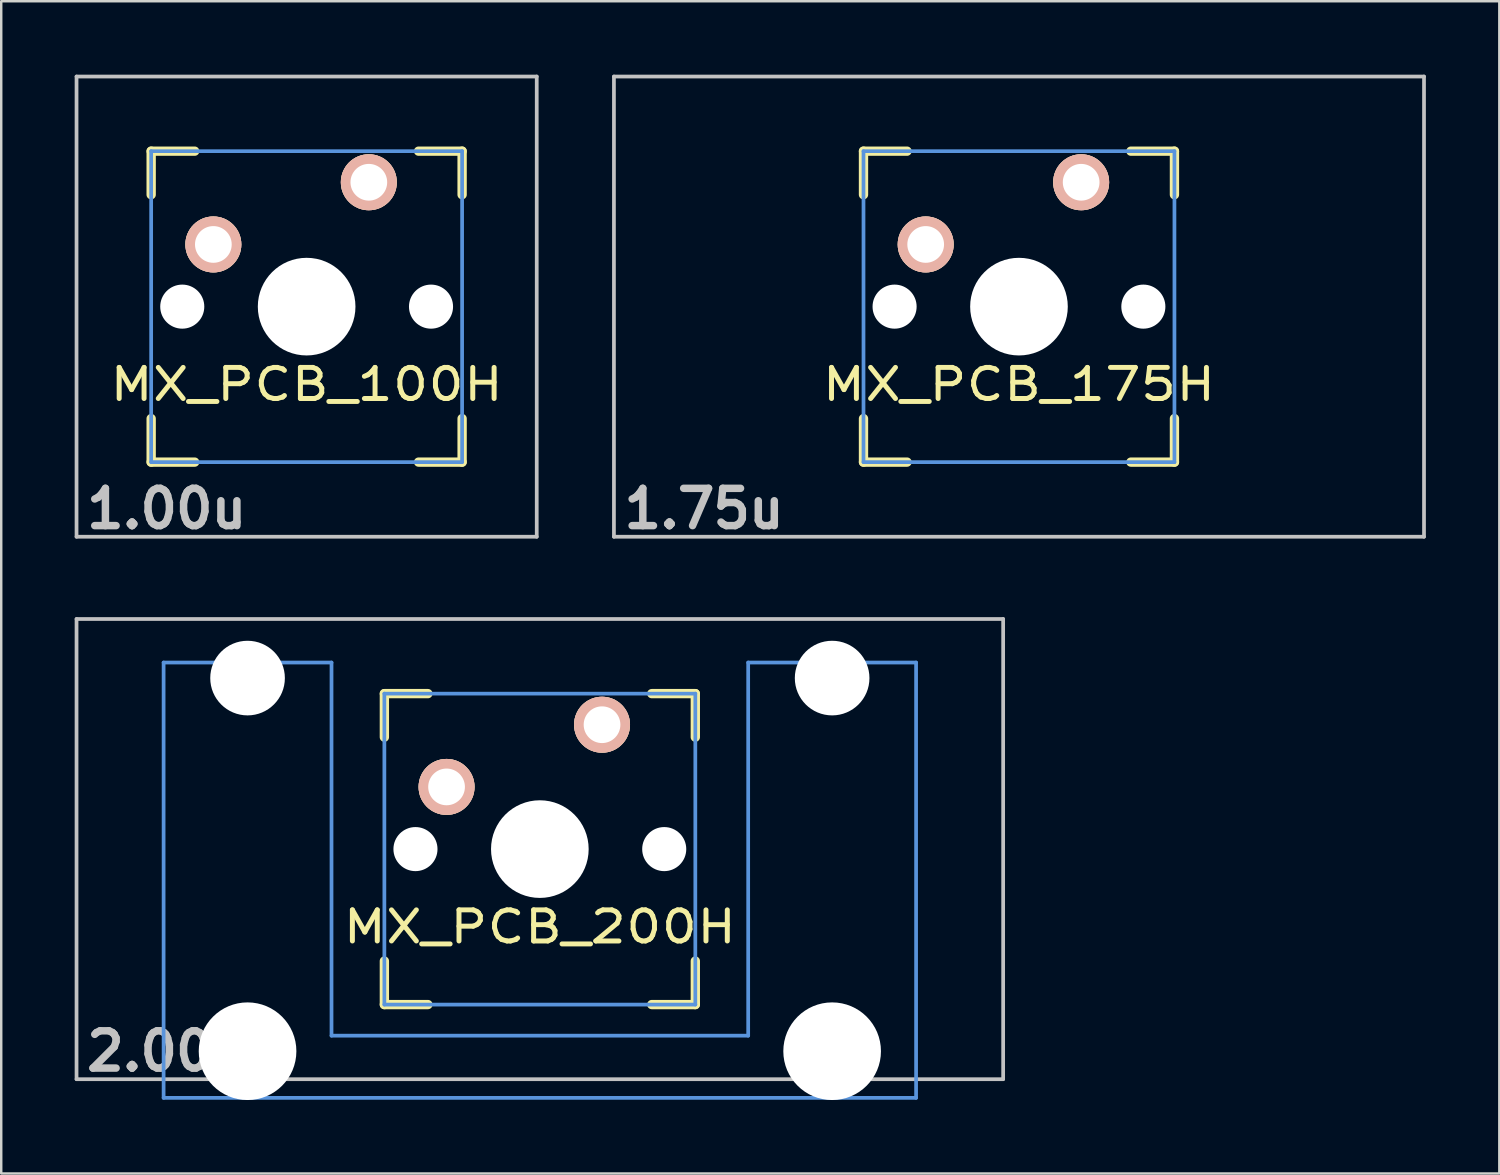
<source format=kicad_pcb>
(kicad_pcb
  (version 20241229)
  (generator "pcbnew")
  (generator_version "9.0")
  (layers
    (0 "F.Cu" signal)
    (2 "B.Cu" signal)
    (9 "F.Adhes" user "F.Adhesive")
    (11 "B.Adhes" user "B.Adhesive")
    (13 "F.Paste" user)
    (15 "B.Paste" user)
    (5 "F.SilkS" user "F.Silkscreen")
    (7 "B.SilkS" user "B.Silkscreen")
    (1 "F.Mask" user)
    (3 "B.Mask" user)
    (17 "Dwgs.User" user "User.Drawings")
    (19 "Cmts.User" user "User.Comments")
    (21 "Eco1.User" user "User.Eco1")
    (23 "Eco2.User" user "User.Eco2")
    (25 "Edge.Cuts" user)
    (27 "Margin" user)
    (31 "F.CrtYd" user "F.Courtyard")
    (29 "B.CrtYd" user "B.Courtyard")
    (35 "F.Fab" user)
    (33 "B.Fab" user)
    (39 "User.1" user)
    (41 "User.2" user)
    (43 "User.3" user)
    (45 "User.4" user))
  (footprint "MX_PCB_175H"
    (layer "F.Cu")
    (at 38.568 9.474)
    (property "Reference" "MX_PCB_175H" (at 0 3.175 0) (layer "F.SilkS") (effects (font (size 1.27 1.524) (thickness 0.203))))
    (attr through_hole)
    (fp_line (start -6.35 -6.35) (end -4.572 -6.35) (stroke (width 0.381) (type solid)) (layer "F.SilkS"))
    (fp_line (start -6.35 -4.572) (end -6.35 -6.35) (stroke (width 0.381) (type solid)) (layer "F.SilkS"))
    (fp_line (start -6.35 6.35) (end -6.35 4.572) (stroke (width 0.381) (type solid)) (layer "F.SilkS"))
    (fp_line (start -4.572 6.35) (end -6.35 6.35) (stroke (width 0.381) (type solid)) (layer "F.SilkS"))
    (fp_line (start 4.572 -6.35) (end 6.35 -6.35) (stroke (width 0.381) (type solid)) (layer "F.SilkS"))
    (fp_line (start 6.35 -6.35) (end 6.35 -4.572) (stroke (width 0.381) (type solid)) (layer "F.SilkS"))
    (fp_line (start 6.35 4.572) (end 6.35 6.35) (stroke (width 0.381) (type solid)) (layer "F.SilkS"))
    (fp_line (start 6.35 6.35) (end 4.572 6.35) (stroke (width 0.381) (type solid)) (layer "F.SilkS"))
    (fp_line (start -16.543 -9.398) (end 16.543 -9.398) (stroke (width 0.152) (type solid)) (layer "Dwgs.User"))
    (fp_line (start -16.543 9.398) (end -16.543 -9.398) (stroke (width 0.152) (type solid)) (layer "Dwgs.User"))
    (fp_line (start 16.543 -9.398) (end 16.543 9.398) (stroke (width 0.152) (type solid)) (layer "Dwgs.User"))
    (fp_line (start 16.543 9.398) (end -16.543 9.398) (stroke (width 0.152) (type solid)) (layer "Dwgs.User"))
    (fp_line (start -6.35 -6.35) (end 6.35 -6.35) (stroke (width 0.152) (type solid)) (layer "Cmts.User"))
    (fp_line (start -6.35 6.35) (end -6.35 -6.35) (stroke (width 0.152) (type solid)) (layer "Cmts.User"))
    (fp_line (start 6.35 -6.35) (end 6.35 6.35) (stroke (width 0.152) (type solid)) (layer "Cmts.User"))
    (fp_line (start 6.35 6.35) (end -6.35 6.35) (stroke (width 0.152) (type solid)) (layer "Cmts.User"))
    (fp_line (start -6.985 -6.985) (end 6.985 -6.985) (stroke (width 0.152) (type solid)) (layer "Eco2.User"))
    (fp_line (start -6.985 6.985) (end -6.985 -6.985) (stroke (width 0.152) (type solid)) (layer "Eco2.User"))
    (fp_line (start 6.985 -6.985) (end 6.985 6.985) (stroke (width 0.152) (type solid)) (layer "Eco2.User"))
    (fp_line (start 6.985 6.985) (end -6.985 6.985) (stroke (width 0.152) (type solid)) (layer "Eco2.User"))
    (fp_text user "1.75u" (at -12.86 8.255 0) (layer "Dwgs.User") (effects (font (size 1.524 1.524) (thickness 0.305))))
    (pad "" np_thru_hole circle (at -5.08 0) (size 1.8 1.8) (drill 1.8) (layers "*.Cu"))
    (pad "" np_thru_hole circle (at 0 0) (size 3.988 3.988) (drill 3.988) (layers "*.Cu"))
    (pad "" np_thru_hole circle (at 5.08 0) (size 1.8 1.8) (drill 1.8) (layers "*.Cu"))
    (pad "1" thru_hole circle (at 2.54 -5.08) (size 2.286 2.286) (drill 1.499) (layers "*.Cu" "*.SilkS" "*.Mask"))
    (pad "2" thru_hole circle (at -3.81 -2.54) (size 2.286 2.286) (drill 1.499) (layers "*.Cu" "*.SilkS" "*.Mask")))
  (footprint "MX_PCB_200H"
    (layer "F.Cu")
    (at 18.999 31.63)
    (property "Reference" "MX_PCB_200H" (at 0 3.175 0) (layer "F.SilkS") (effects (font (size 1.27 1.524) (thickness 0.203))))
    (attr through_hole)
    (fp_line (start -6.35 -6.35) (end -4.572 -6.35) (stroke (width 0.381) (type solid)) (layer "F.SilkS"))
    (fp_line (start -6.35 -4.572) (end -6.35 -6.35) (stroke (width 0.381) (type solid)) (layer "F.SilkS"))
    (fp_line (start -6.35 6.35) (end -6.35 4.572) (stroke (width 0.381) (type solid)) (layer "F.SilkS"))
    (fp_line (start -4.572 6.35) (end -6.35 6.35) (stroke (width 0.381) (type solid)) (layer "F.SilkS"))
    (fp_line (start 4.572 -6.35) (end 6.35 -6.35) (stroke (width 0.381) (type solid)) (layer "F.SilkS"))
    (fp_line (start 6.35 -6.35) (end 6.35 -4.572) (stroke (width 0.381) (type solid)) (layer "F.SilkS"))
    (fp_line (start 6.35 4.572) (end 6.35 6.35) (stroke (width 0.381) (type solid)) (layer "F.SilkS"))
    (fp_line (start 6.35 6.35) (end 4.572 6.35) (stroke (width 0.381) (type solid)) (layer "F.SilkS"))
    (fp_line (start -18.923 -9.398) (end 18.923 -9.398) (stroke (width 0.152) (type solid)) (layer "Dwgs.User"))
    (fp_line (start -18.923 9.398) (end -18.923 -9.398) (stroke (width 0.152) (type solid)) (layer "Dwgs.User"))
    (fp_line (start 18.923 -9.398) (end 18.923 9.398) (stroke (width 0.152) (type solid)) (layer "Dwgs.User"))
    (fp_line (start 18.923 9.398) (end -18.923 9.398) (stroke (width 0.152) (type solid)) (layer "Dwgs.User"))
    (fp_line (start -15.367 -7.62) (end -15.367 10.16) (stroke (width 0.152) (type solid)) (layer "Cmts.User"))
    (fp_line (start -15.367 10.16) (end 15.367 10.16) (stroke (width 0.152) (type solid)) (layer "Cmts.User"))
    (fp_line (start -8.509 -7.62) (end -15.367 -7.62) (stroke (width 0.152) (type solid)) (layer "Cmts.User"))
    (fp_line (start -8.509 7.62) (end -8.509 -7.62) (stroke (width 0.152) (type solid)) (layer "Cmts.User"))
    (fp_line (start -6.35 -6.35) (end 6.35 -6.35) (stroke (width 0.152) (type solid)) (layer "Cmts.User"))
    (fp_line (start -6.35 6.35) (end -6.35 -6.35) (stroke (width 0.152) (type solid)) (layer "Cmts.User"))
    (fp_line (start 6.35 -6.35) (end 6.35 6.35) (stroke (width 0.152) (type solid)) (layer "Cmts.User"))
    (fp_line (start 6.35 6.35) (end -6.35 6.35) (stroke (width 0.152) (type solid)) (layer "Cmts.User"))
    (fp_line (start 8.509 -7.62) (end 8.509 7.62) (stroke (width 0.152) (type solid)) (layer "Cmts.User"))
    (fp_line (start 8.509 7.62) (end -8.509 7.62) (stroke (width 0.152) (type solid)) (layer "Cmts.User"))
    (fp_line (start 15.367 -7.62) (end 8.509 -7.62) (stroke (width 0.152) (type solid)) (layer "Cmts.User"))
    (fp_line (start 15.367 10.16) (end 15.367 -7.62) (stroke (width 0.152) (type solid)) (layer "Cmts.User"))
    (fp_line (start -16.129 -2.286) (end -15.265 -2.286) (stroke (width 0.152) (type solid)) (layer "Eco2.User"))
    (fp_line (start -16.129 0.508) (end -16.129 -2.286) (stroke (width 0.152) (type solid)) (layer "Eco2.User"))
    (fp_line (start -15.265 -5.69) (end -8.611 -5.69) (stroke (width 0.152) (type solid)) (layer "Eco2.User"))
    (fp_line (start -15.265 -2.286) (end -15.265 -5.69) (stroke (width 0.152) (type solid)) (layer "Eco2.User"))
    (fp_line (start -15.265 0.508) (end -16.129 0.508) (stroke (width 0.152) (type solid)) (layer "Eco2.User"))
    (fp_line (start -15.265 6.604) (end -15.265 0.508) (stroke (width 0.152) (type solid)) (layer "Eco2.User"))
    (fp_line (start -14.224 6.604) (end -15.265 6.604) (stroke (width 0.152) (type solid)) (layer "Eco2.User"))
    (fp_line (start -14.224 7.772) (end -14.224 6.604) (stroke (width 0.152) (type solid)) (layer "Eco2.User"))
    (fp_line (start -9.652 6.604) (end -9.652 7.772) (stroke (width 0.152) (type solid)) (layer "Eco2.User"))
    (fp_line (start -9.652 7.772) (end -14.224 7.772) (stroke (width 0.152) (type solid)) (layer "Eco2.User"))
    (fp_line (start -8.611 -5.69) (end -8.611 -4.877) (stroke (width 0.152) (type solid)) (layer "Eco2.User"))
    (fp_line (start -8.611 -4.877) (end -6.985 -4.877) (stroke (width 0.152) (type solid)) (layer "Eco2.User"))
    (fp_line (start -8.611 5.817) (end -8.611 6.604) (stroke (width 0.152) (type solid)) (layer "Eco2.User"))
    (fp_line (start -8.611 6.604) (end -9.652 6.604) (stroke (width 0.152) (type solid)) (layer "Eco2.User"))
    (fp_line (start -6.985 -6.985) (end 6.985 -6.985) (stroke (width 0.152) (type solid)) (layer "Eco2.User"))
    (fp_line (start -6.985 -4.877) (end -6.985 -6.985) (stroke (width 0.152) (type solid)) (layer "Eco2.User"))
    (fp_line (start -6.985 5.817) (end -8.611 5.817) (stroke (width 0.152) (type solid)) (layer "Eco2.User"))
    (fp_line (start -6.985 6.985) (end -6.985 5.817) (stroke (width 0.152) (type solid)) (layer "Eco2.User"))
    (fp_line (start 6.985 -6.985) (end 6.985 -4.877) (stroke (width 0.152) (type solid)) (layer "Eco2.User"))
    (fp_line (start 6.985 -4.877) (end 8.611 -4.877) (stroke (width 0.152) (type solid)) (layer "Eco2.User"))
    (fp_line (start 6.985 5.817) (end 6.985 6.985) (stroke (width 0.152) (type solid)) (layer "Eco2.User"))
    (fp_line (start 6.985 6.985) (end -6.985 6.985) (stroke (width 0.152) (type solid)) (layer "Eco2.User"))
    (fp_line (start 8.611 -5.69) (end 15.265 -5.69) (stroke (width 0.152) (type solid)) (layer "Eco2.User"))
    (fp_line (start 8.611 -4.877) (end 8.611 -5.69) (stroke (width 0.152) (type solid)) (layer "Eco2.User"))
    (fp_line (start 8.611 5.817) (end 6.985 5.817) (stroke (width 0.152) (type solid)) (layer "Eco2.User"))
    (fp_line (start 8.611 6.604) (end 8.611 5.817) (stroke (width 0.152) (type solid)) (layer "Eco2.User"))
    (fp_line (start 9.652 6.604) (end 8.611 6.604) (stroke (width 0.152) (type solid)) (layer "Eco2.User"))
    (fp_line (start 9.652 7.772) (end 9.652 6.604) (stroke (width 0.152) (type solid)) (layer "Eco2.User"))
    (fp_line (start 14.224 6.604) (end 14.224 7.772) (stroke (width 0.152) (type solid)) (layer "Eco2.User"))
    (fp_line (start 14.224 7.772) (end 9.652 7.772) (stroke (width 0.152) (type solid)) (layer "Eco2.User"))
    (fp_line (start 15.265 -5.69) (end 15.265 -2.286) (stroke (width 0.152) (type solid)) (layer "Eco2.User"))
    (fp_line (start 15.265 -2.286) (end 16.129 -2.286) (stroke (width 0.152) (type solid)) (layer "Eco2.User"))
    (fp_line (start 15.265 0.508) (end 15.265 6.604) (stroke (width 0.152) (type solid)) (layer "Eco2.User"))
    (fp_line (start 15.265 6.604) (end 14.224 6.604) (stroke (width 0.152) (type solid)) (layer "Eco2.User"))
    (fp_line (start 16.129 -2.286) (end 16.129 0.508) (stroke (width 0.152) (type solid)) (layer "Eco2.User"))
    (fp_line (start 16.129 0.508) (end 15.265 0.508) (stroke (width 0.152) (type solid)) (layer "Eco2.User"))
    (fp_text user "2.00u" (at -15.24 8.255 0) (layer "Dwgs.User") (effects (font (size 1.524 1.524) (thickness 0.305))))
    (pad "" np_thru_hole circle (at -11.938 -6.985) (size 3.048 3.048) (drill 3.048) (layers "*.Cu"))
    (pad "" np_thru_hole circle (at -11.938 8.255) (size 3.988 3.988) (drill 3.988) (layers "*.Cu"))
    (pad "" np_thru_hole circle (at -5.08 0) (size 1.8 1.8) (drill 1.8) (layers "*.Cu"))
    (pad "" np_thru_hole circle (at 0 0) (size 3.988 3.988) (drill 3.988) (layers "*.Cu"))
    (pad "" np_thru_hole circle (at 5.08 0) (size 1.8 1.8) (drill 1.8) (layers "*.Cu"))
    (pad "" np_thru_hole circle (at 11.938 -6.985) (size 3.048 3.048) (drill 3.048) (layers "*.Cu"))
    (pad "" np_thru_hole circle (at 11.938 8.255) (size 3.988 3.988) (drill 3.988) (layers "*.Cu"))
    (pad "1" thru_hole circle (at 2.54 -5.08) (size 2.286 2.286) (drill 1.499) (layers "*.Cu" "*.SilkS" "*.Mask"))
    (pad "2" thru_hole circle (at -3.81 -2.54) (size 2.286 2.286) (drill 1.499) (layers "*.Cu" "*.SilkS" "*.Mask")))
  (footprint "MX_PCB_100H"
    (layer "F.Cu")
    (at 9.474 9.474)
    (property "Reference" "MX_PCB_100H" (at 0 3.175 0) (layer "F.SilkS") (effects (font (size 1.27 1.524) (thickness 0.203))))
    (attr through_hole)
    (fp_line (start -6.35 -6.35) (end -4.572 -6.35) (stroke (width 0.381) (type solid)) (layer "F.SilkS"))
    (fp_line (start -6.35 -4.572) (end -6.35 -6.35) (stroke (width 0.381) (type solid)) (layer "F.SilkS"))
    (fp_line (start -6.35 6.35) (end -6.35 4.572) (stroke (width 0.381) (type solid)) (layer "F.SilkS"))
    (fp_line (start -4.572 6.35) (end -6.35 6.35) (stroke (width 0.381) (type solid)) (layer "F.SilkS"))
    (fp_line (start 4.572 -6.35) (end 6.35 -6.35) (stroke (width 0.381) (type solid)) (layer "F.SilkS"))
    (fp_line (start 6.35 -6.35) (end 6.35 -4.572) (stroke (width 0.381) (type solid)) (layer "F.SilkS"))
    (fp_line (start 6.35 4.572) (end 6.35 6.35) (stroke (width 0.381) (type solid)) (layer "F.SilkS"))
    (fp_line (start 6.35 6.35) (end 4.572 6.35) (stroke (width 0.381) (type solid)) (layer "F.SilkS"))
    (fp_line (start -9.398 -9.398) (end 9.398 -9.398) (stroke (width 0.152) (type solid)) (layer "Dwgs.User"))
    (fp_line (start -9.398 9.398) (end -9.398 -9.398) (stroke (width 0.152) (type solid)) (layer "Dwgs.User"))
    (fp_line (start 9.398 -9.398) (end 9.398 9.398) (stroke (width 0.152) (type solid)) (layer "Dwgs.User"))
    (fp_line (start 9.398 9.398) (end -9.398 9.398) (stroke (width 0.152) (type solid)) (layer "Dwgs.User"))
    (fp_line (start -6.35 -6.35) (end 6.35 -6.35) (stroke (width 0.152) (type solid)) (layer "Cmts.User"))
    (fp_line (start -6.35 6.35) (end -6.35 -6.35) (stroke (width 0.152) (type solid)) (layer "Cmts.User"))
    (fp_line (start 6.35 -6.35) (end 6.35 6.35) (stroke (width 0.152) (type solid)) (layer "Cmts.User"))
    (fp_line (start 6.35 6.35) (end -6.35 6.35) (stroke (width 0.152) (type solid)) (layer "Cmts.User"))
    (fp_line (start -6.985 -6.985) (end 6.985 -6.985) (stroke (width 0.152) (type solid)) (layer "Eco2.User"))
    (fp_line (start -6.985 6.985) (end -6.985 -6.985) (stroke (width 0.152) (type solid)) (layer "Eco2.User"))
    (fp_line (start 6.985 -6.985) (end 6.985 6.985) (stroke (width 0.152) (type solid)) (layer "Eco2.User"))
    (fp_line (start 6.985 6.985) (end -6.985 6.985) (stroke (width 0.152) (type solid)) (layer "Eco2.User"))
    (fp_text user "1.00u" (at -5.715 8.255 0) (layer "Dwgs.User") (effects (font (size 1.524 1.524) (thickness 0.305))))
    (pad "" np_thru_hole circle (at -5.08 0) (size 1.8 1.8) (drill 1.8) (layers "*.Cu"))
    (pad "" np_thru_hole circle (at 0 0) (size 3.988 3.988) (drill 3.988) (layers "*.Cu"))
    (pad "" np_thru_hole circle (at 5.08 0) (size 1.8 1.8) (drill 1.8) (layers "*.Cu"))
    (pad "1" thru_hole circle (at 2.54 -5.08) (size 2.286 2.286) (drill 1.499) (layers "*.Cu" "*.SilkS" "*.Mask"))
    (pad "2" thru_hole circle (at -3.81 -2.54) (size 2.286 2.286) (drill 1.499) (layers "*.Cu" "*.SilkS" "*.Mask")))
  (gr_rect
    (start -3 -3)
    (end 58.187 44.879)
    (stroke (width 0.1) (type default))
    (fill no)
    (layer "Edge.Cuts")))
</source>
